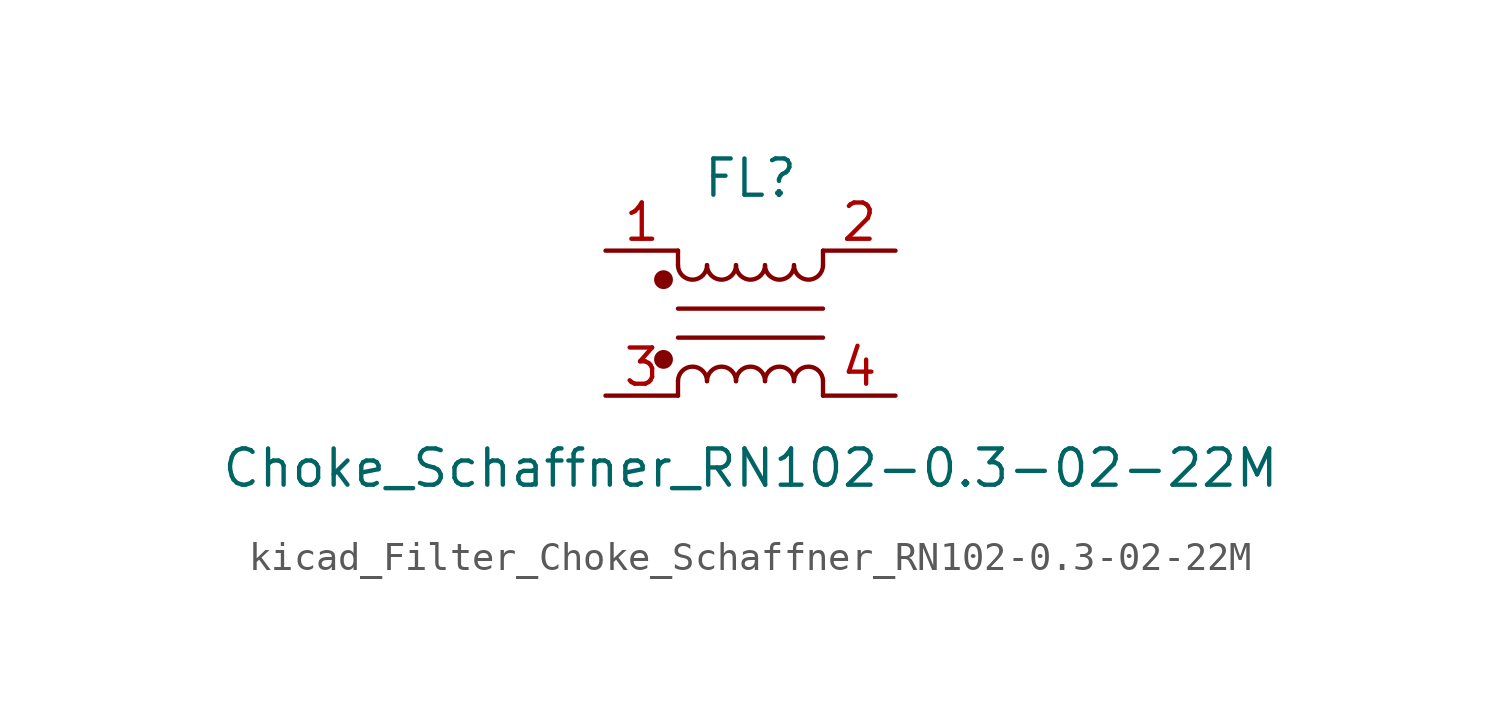
<source format=kicad_sym>
(kicad_symbol_lib
  (version 20220914)
  (generator kicad_symbol_editor)
  (symbol "kicad_Filter_Choke_Schaffner_RN102-0.3-02-22M"
    (pin_names hide)
    (property "Reference" "FL"
      (at 0 5.08 0)
      (effects (font (size 1.27 1.27))))
    (property "Value" "Choke_Schaffner_RN102-0.3-02-22M"
      (at 0 -5.08 0)
      (effects (font (size 1.27 1.27))))
    (symbol "kicad_Filter_Choke_Schaffner_RN102-0.3-02-22M_1_1"
      (circle (center -3.048 -1.27) (radius 0.254) (stroke (width 0) (type default)) (fill (type outline)))
      (circle (center -3.048 1.524) (radius 0.254) (stroke (width 0) (type default)) (fill (type outline)))
      (arc (start -2.54 2.032) (mid -2.032 1.5262) (end -1.524 2.032) (stroke (width 0) (type default)) (fill (type none)))
      (arc (start -1.524 -2.032) (mid -2.032 -1.5262) (end -2.54 -2.032) (stroke (width 0) (type default)) (fill (type none)))
      (arc (start -1.524 2.032) (mid -1.016 1.5262) (end -0.508 2.032) (stroke (width 0) (type default)) (fill (type none)))
      (arc (start -0.508 -2.032) (mid -1.016 -1.5262) (end -1.524 -2.032) (stroke (width 0) (type default)) (fill (type none)))
      (arc (start -0.508 2.032) (mid 0 1.5262) (end 0.508 2.032) (stroke (width 0) (type default)) (fill (type none)))
      (polyline (pts (xy -2.54 -2.032) (xy -2.54 -2.54)) (stroke (width 0) (type default)) (fill (type none)))
      (polyline (pts (xy -2.54 0.508) (xy 2.54 0.508)) (stroke (width 0) (type default)) (fill (type none)))
      (polyline (pts (xy -2.54 2.032) (xy -2.54 2.54)) (stroke (width 0) (type default)) (fill (type none)))
      (polyline (pts (xy 2.54 -2.032) (xy 2.54 -2.54)) (stroke (width 0) (type default)) (fill (type none)))
      (polyline (pts (xy 2.54 -0.508) (xy -2.54 -0.508)) (stroke (width 0) (type default)) (fill (type none)))
      (polyline (pts (xy 2.54 2.54) (xy 2.54 2.032)) (stroke (width 0) (type default)) (fill (type none)))
      (arc (start 0.508 -2.032) (mid 0 -1.5262) (end -0.508 -2.032) (stroke (width 0) (type default)) (fill (type none)))
      (arc (start 0.508 2.032) (mid 1.016 1.5262) (end 1.524 2.032) (stroke (width 0) (type default)) (fill (type none)))
      (arc (start 1.524 -2.032) (mid 1.016 -1.5262) (end 0.508 -2.032) (stroke (width 0) (type default)) (fill (type none)))
      (arc (start 1.524 2.032) (mid 2.032 1.5262) (end 2.54 2.032) (stroke (width 0) (type default)) (fill (type none)))
      (arc (start 2.54 -2.032) (mid 2.032 -1.5262) (end 1.524 -2.032) (stroke (width 0) (type default)) (fill (type none)))
      (pin passive line (at -5.08 2.54 0) (length 2.54) (name "1" (effects (font (size 1.27 1.27)))) (number "1" (effects (font (size 1.27 1.27)))))
      (pin passive line (at 5.08 2.54 180) (length 2.54) (name "2" (effects (font (size 1.27 1.27)))) (number "2" (effects (font (size 1.27 1.27)))))
      (pin passive line (at -5.08 -2.54 0) (length 2.54) (name "3" (effects (font (size 1.27 1.27)))) (number "3" (effects (font (size 1.27 1.27)))))
      (pin passive line (at 5.08 -2.54 180) (length 2.54) (name "4" (effects (font (size 1.27 1.27)))) (number "4" (effects (font (size 1.27 1.27))))))))
</source>
